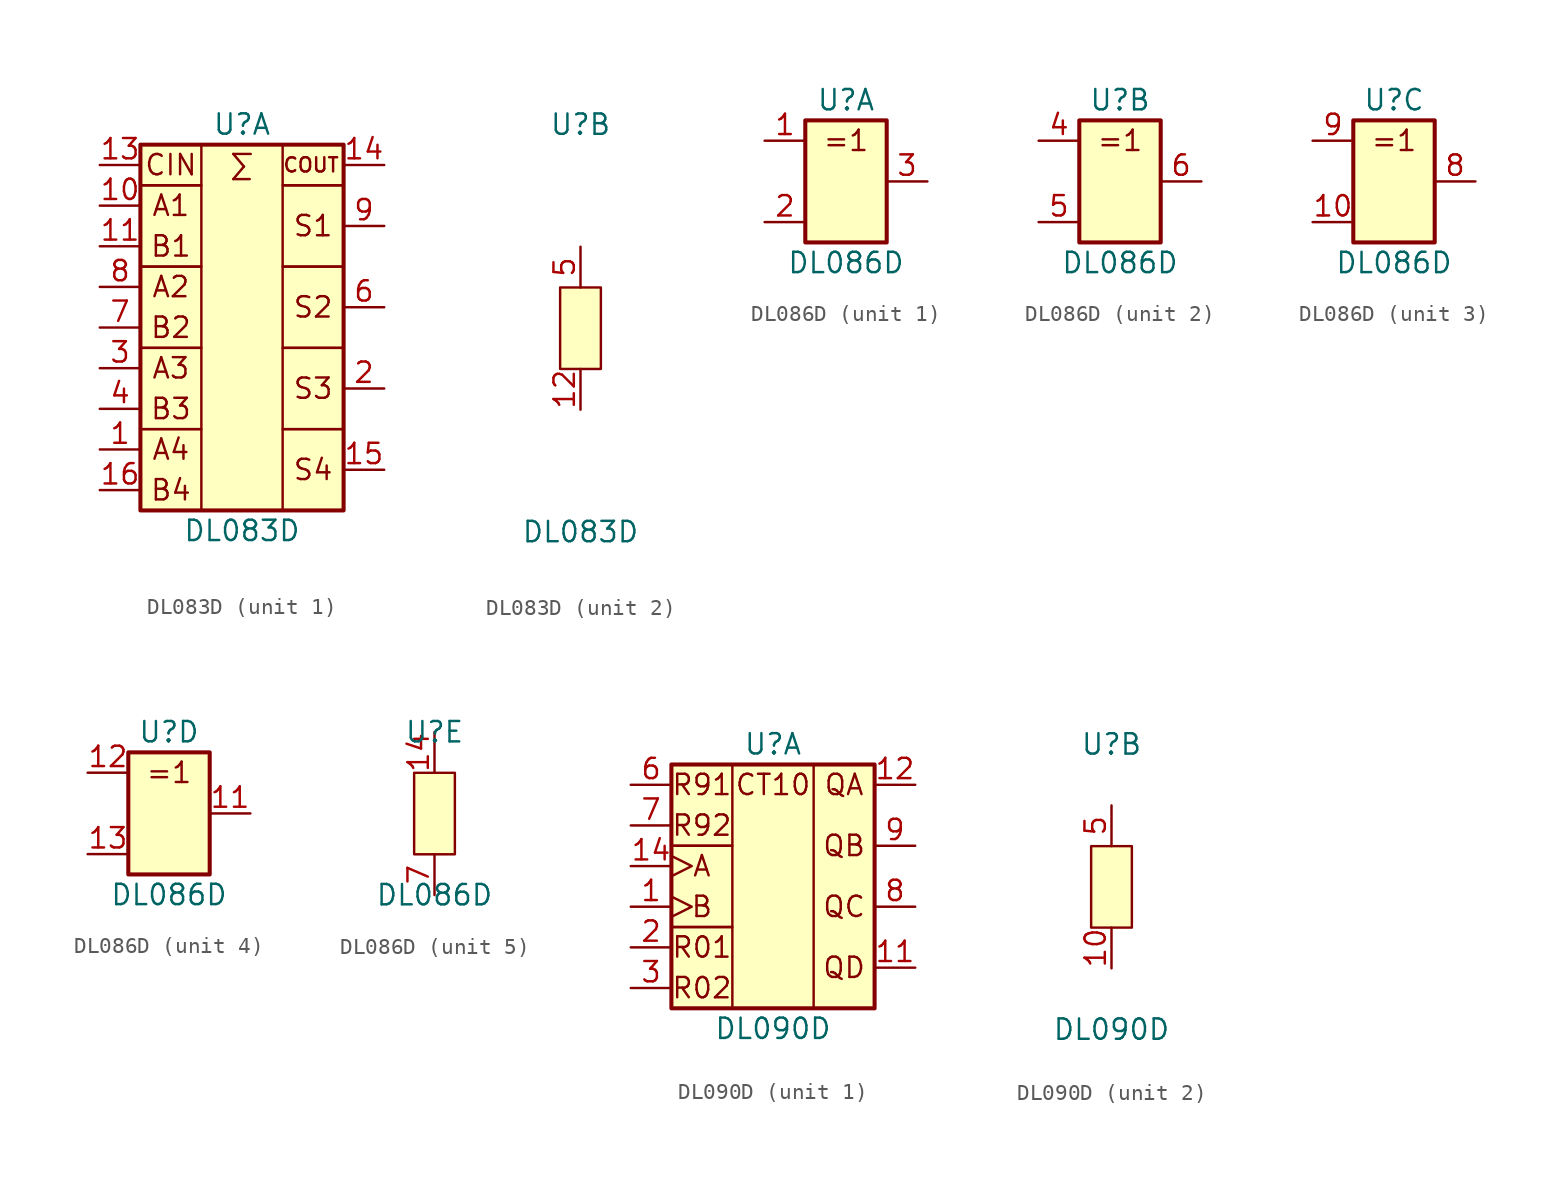
<source format=kicad_sym>
(kicad_symbol_lib
  (version 20211014)
  (generator kicad_symbol_editor)
  (symbol "DL083D"
    (pin_names
      (offset 1.016) hide)
    (property "Reference" "U"
      (at 0 12.7 0)
      (effects (font (size 1.27 1.27))))
    (property "Value" "DL083D"
      (at 0 -12.7 0)
      (effects (font (size 1.27 1.27))))
    (property "ki_locked" ""
      (at 0 0 0)
      (effects (font (size 1.27 1.27))))
    (symbol "DL083D_1_0"
      (text "A1" (at -4.445 7.62 0) (effects (font (size 1.27 1.27))))
      (text "A2" (at -4.445 2.54 0) (effects (font (size 1.27 1.27))))
      (text "A3" (at -4.445 -2.54 0) (effects (font (size 1.27 1.27))))
      (text "A4" (at -4.445 -7.62 0) (effects (font (size 1.27 1.27))))
      (text "B1" (at -4.445 5.08 0) (effects (font (size 1.27 1.27))))
      (text "B2" (at -4.445 0 0) (effects (font (size 1.27 1.27))))
      (text "B3" (at -4.445 -5.08 0) (effects (font (size 1.27 1.27))))
      (text "B4" (at -4.445 -10.16 0) (effects (font (size 1.27 1.27))))
      (text "CIN" (at -4.445 10.16 0) (effects (font (size 1.27 1.27))))
      (text "COUT" (at 4.318 10.16 0) (effects (font (size 0.889 0.889))))
      (text "S1" (at 4.445 6.35 0) (effects (font (size 1.27 1.27))))
      (text "S2" (at 4.445 1.27 0) (effects (font (size 1.27 1.27))))
      (text "S3" (at 4.445 -3.81 0) (effects (font (size 1.27 1.27))))
      (text "S4" (at 4.445 -8.89 0) (effects (font (size 1.27 1.27))))
      (text "∑" (at 0 10.16 0) (effects (font (size 1.27 1.27)))))
    (symbol "DL083D_1_1"
      (rectangle (start -6.35 -6.35) (end -2.54 -11.43) (stroke (width 0) (type default) (color 0 0 0 0)) (fill (type none)))
      (rectangle (start -6.35 -1.27) (end -2.54 -6.35) (stroke (width 0) (type default) (color 0 0 0 0)) (fill (type none)))
      (rectangle (start -6.35 3.81) (end -2.54 -1.27) (stroke (width 0) (type default) (color 0 0 0 0)) (fill (type none)))
      (rectangle (start -6.35 8.89) (end -2.54 3.81) (stroke (width 0) (type default) (color 0 0 0 0)) (fill (type none)))
      (rectangle (start -6.35 11.43) (end -2.54 8.89) (stroke (width 0) (type default) (color 0 0 0 0)) (fill (type none)))
      (rectangle (start -6.35 11.43) (end 6.35 -11.43) (stroke (width 0.254) (type default) (color 0 0 0 0)) (fill (type background)))
      (rectangle (start 2.54 -6.35) (end 6.35 -11.43) (stroke (width 0) (type default) (color 0 0 0 0)) (fill (type none)))
      (rectangle (start 2.54 -1.27) (end 6.35 -6.35) (stroke (width 0) (type default) (color 0 0 0 0)) (fill (type none)))
      (rectangle (start 2.54 3.81) (end 6.35 -1.27) (stroke (width 0) (type default) (color 0 0 0 0)) (fill (type none)))
      (rectangle (start 2.54 8.89) (end 6.35 3.81) (stroke (width 0) (type default) (color 0 0 0 0)) (fill (type none)))
      (rectangle (start 2.54 11.43) (end 6.35 8.89) (stroke (width 0) (type default) (color 0 0 0 0)) (fill (type none)))
      (pin input line (at -8.89 -7.62 0) (length 2.54) (name "A4" (effects (font (size 1.27 1.27)))) (number "1" (effects (font (size 1.27 1.27)))))
      (pin input line (at -8.89 7.62 0) (length 2.54) (name "A1" (effects (font (size 1.27 1.27)))) (number "10" (effects (font (size 1.27 1.27)))))
      (pin input line (at -8.89 5.08 0) (length 2.54) (name "B1" (effects (font (size 1.27 1.27)))) (number "11" (effects (font (size 1.27 1.27)))))
      (pin input line (at -8.89 10.16 0) (length 2.54) (name "CIN" (effects (font (size 1.27 1.27)))) (number "13" (effects (font (size 1.27 1.27)))))
      (pin output line (at 8.89 10.16 180) (length 2.54) (name "COUT" (effects (font (size 1.27 1.27)))) (number "14" (effects (font (size 1.27 1.27)))))
      (pin output line (at 8.89 -8.89 180) (length 2.54) (name "S4" (effects (font (size 1.27 1.27)))) (number "15" (effects (font (size 1.27 1.27)))))
      (pin input line (at -8.89 -10.16 0) (length 2.54) (name "B4" (effects (font (size 1.27 1.27)))) (number "16" (effects (font (size 1.27 1.27)))))
      (pin output line (at 8.89 -3.81 180) (length 2.54) (name "S3" (effects (font (size 1.27 1.27)))) (number "2" (effects (font (size 1.27 1.27)))))
      (pin input line (at -8.89 -2.54 0) (length 2.54) (name "A3" (effects (font (size 1.27 1.27)))) (number "3" (effects (font (size 1.27 1.27)))))
      (pin input line (at -8.89 -5.08 0) (length 2.54) (name "B3" (effects (font (size 1.27 1.27)))) (number "4" (effects (font (size 1.27 1.27)))))
      (pin output line (at 8.89 1.27 180) (length 2.54) (name "S2" (effects (font (size 1.27 1.27)))) (number "6" (effects (font (size 1.27 1.27)))))
      (pin input line (at -8.89 0 0) (length 2.54) (name "B2" (effects (font (size 1.27 1.27)))) (number "7" (effects (font (size 1.27 1.27)))))
      (pin input line (at -8.89 2.54 0) (length 2.54) (name "A2" (effects (font (size 1.27 1.27)))) (number "8" (effects (font (size 1.27 1.27)))))
      (pin output line (at 8.89 6.35 180) (length 2.54) (name "S1" (effects (font (size 1.27 1.27)))) (number "9" (effects (font (size 1.27 1.27))))))
    (symbol "DL083D_2_1"
      (rectangle (start -1.27 2.54) (end 1.27 -2.54) (stroke (width 0) (type default) (color 0 0 0 0)) (fill (type background)))
      (pin power_in line (at 0 -5.08 90) (length 2.54) (name "GND" (effects (font (size 1.27 1.27)))) (number "12" (effects (font (size 1.27 1.27)))))
      (pin power_in line (at 0 5.08 270) (length 2.54) (name "Vcc" (effects (font (size 1.27 1.27)))) (number "5" (effects (font (size 1.27 1.27)))))))
  (symbol "DL086D"
    (pin_names
      (offset 1.016) hide)
    (property "Reference" "U"
      (at 0 5.08 0)
      (effects (font (size 1.27 1.27))))
    (property "Value" "DL086D"
      (at 0 -5.08 0)
      (effects (font (size 1.27 1.27))))
    (property "ki_locked" ""
      (at 0 0 0)
      (effects (font (size 1.27 1.27))))
    (symbol "DL086D_1_0"
      (pin output line (at 5.08 0 180) (length 2.54) (name "Y1" (effects (font (size 1.27 1.27)))) (number "3" (effects (font (size 1.27 1.27))))))
    (symbol "DL086D_1_1"
      (rectangle (start -2.54 3.81) (end 2.54 -3.81) (stroke (width 0.254) (type default) (color 0 0 0 0)) (fill (type background)))
      (text "=1" (at 0 2.54 0) (effects (font (size 1.27 1.27))))
      (pin input line (at -5.08 2.54 0) (length 2.54) (name "A1" (effects (font (size 1.27 1.27)))) (number "1" (effects (font (size 1.27 1.27)))))
      (pin input line (at -5.08 -2.54 0) (length 2.54) (name "B1" (effects (font (size 1.27 1.27)))) (number "2" (effects (font (size 1.27 1.27))))))
    (symbol "DL086D_2_0"
      (pin input line (at -5.08 2.54 0) (length 2.54) (name "A2" (effects (font (size 1.27 1.27)))) (number "4" (effects (font (size 1.27 1.27)))))
      (pin input line (at -5.08 -2.54 0) (length 2.54) (name "B2" (effects (font (size 1.27 1.27)))) (number "5" (effects (font (size 1.27 1.27)))))
      (pin output line (at 5.08 0 180) (length 2.54) (name "Y2" (effects (font (size 1.27 1.27)))) (number "6" (effects (font (size 1.27 1.27))))))
    (symbol "DL086D_2_1"
      (rectangle (start -2.54 3.81) (end 2.54 -3.81) (stroke (width 0.254) (type default) (color 0 0 0 0)) (fill (type background)))
      (text "=1" (at 0 2.54 0) (effects (font (size 1.27 1.27)))))
    (symbol "DL086D_3_0"
      (pin output line (at 5.08 0 180) (length 2.54) (name "Y3" (effects (font (size 1.27 1.27)))) (number "8" (effects (font (size 1.27 1.27))))))
    (symbol "DL086D_3_1"
      (rectangle (start -2.54 3.81) (end 2.54 -3.81) (stroke (width 0.254) (type default) (color 0 0 0 0)) (fill (type background)))
      (text "=1" (at 0 2.54 0) (effects (font (size 1.27 1.27))))
      (pin input line (at -5.08 -2.54 0) (length 2.54) (name "B3" (effects (font (size 1.27 1.27)))) (number "10" (effects (font (size 1.27 1.27)))))
      (pin input line (at -5.08 2.54 0) (length 2.54) (name "A3" (effects (font (size 1.27 1.27)))) (number "9" (effects (font (size 1.27 1.27))))))
    (symbol "DL086D_4_0"
      (pin output line (at 5.08 0 180) (length 2.54) (name "Y4" (effects (font (size 1.27 1.27)))) (number "11" (effects (font (size 1.27 1.27))))))
    (symbol "DL086D_4_1"
      (rectangle (start -2.54 3.81) (end 2.54 -3.81) (stroke (width 0.254) (type default) (color 0 0 0 0)) (fill (type background)))
      (text "=1" (at 0 2.54 0) (effects (font (size 1.27 1.27))))
      (pin input line (at -5.08 2.54 0) (length 2.54) (name "A4" (effects (font (size 1.27 1.27)))) (number "12" (effects (font (size 1.27 1.27)))))
      (pin input line (at -5.08 -2.54 0) (length 2.54) (name "B4" (effects (font (size 1.27 1.27)))) (number "13" (effects (font (size 1.27 1.27))))))
    (symbol "DL086D_5_1"
      (rectangle (start -1.27 2.54) (end 1.27 -2.54) (stroke (width 0) (type default) (color 0 0 0 0)) (fill (type background)))
      (pin power_in line (at 0 5.08 270) (length 2.54) (name "Vcc" (effects (font (size 1.27 1.27)))) (number "14" (effects (font (size 1.27 1.27)))))
      (pin power_in line (at 0 -5.08 90) (length 2.54) (name "GND" (effects (font (size 1.27 1.27)))) (number "7" (effects (font (size 1.27 1.27)))))))
  (symbol "DL090D"
    (pin_names
      (offset 1.016) hide)
    (property "Reference" "U"
      (at 0 8.89 0)
      (effects (font (size 1.27 1.27))))
    (property "Value" "DL090D"
      (at 0 -8.89 0)
      (effects (font (size 1.27 1.27))))
    (property "ki_locked" ""
      (at 0 0 0)
      (effects (font (size 1.27 1.27))))
    (symbol "DL090D_1_0"
      (text "A" (at -4.445 1.27 0) (effects (font (size 1.27 1.27))))
      (text "B" (at -4.445 -1.27 0) (effects (font (size 1.27 1.27))))
      (text "CT10" (at 0 6.35 0) (effects (font (size 1.27 1.27))))
      (text "QA" (at 4.445 6.35 0) (effects (font (size 1.27 1.27))))
      (text "QB" (at 4.445 2.54 0) (effects (font (size 1.27 1.27))))
      (text "QC" (at 4.445 -1.27 0) (effects (font (size 1.27 1.27))))
      (text "QD" (at 4.445 -5.08 0) (effects (font (size 1.27 1.27))))
      (text "R01" (at -4.445 -3.81 0) (effects (font (size 1.27 1.27))))
      (text "R02" (at -4.445 -6.35 0) (effects (font (size 1.27 1.27))))
      (text "R91" (at -4.445 6.35 0) (effects (font (size 1.27 1.27))))
      (text "R92" (at -4.445 3.81 0) (effects (font (size 1.27 1.27)))))
    (symbol "DL090D_1_1"
      (rectangle (start -6.35 -2.54) (end -2.54 -7.62) (stroke (width 0) (type default) (color 0 0 0 0)) (fill (type none)))
      (rectangle (start -6.35 2.54) (end -2.54 -2.54) (stroke (width 0) (type default) (color 0 0 0 0)) (fill (type none)))
      (rectangle (start -6.35 7.62) (end -2.54 2.54) (stroke (width 0) (type default) (color 0 0 0 0)) (fill (type none)))
      (rectangle (start -6.35 7.62) (end 6.35 -7.62) (stroke (width 0.254) (type default) (color 0 0 0 0)) (fill (type background)))
      (rectangle (start 2.54 7.62) (end 6.35 -7.62) (stroke (width 0) (type default) (color 0 0 0 0)) (fill (type none)))
      (pin input clock (at -8.89 -1.27 0) (length 2.54) (name "B" (effects (font (size 1.27 1.27)))) (number "1" (effects (font (size 1.27 1.27)))))
      (pin output line (at 8.89 -5.08 180) (length 2.54) (name "QD" (effects (font (size 1.27 1.27)))) (number "11" (effects (font (size 1.27 1.27)))))
      (pin output line (at 8.89 6.35 180) (length 2.54) (name "QA" (effects (font (size 1.27 1.27)))) (number "12" (effects (font (size 1.27 1.27)))))
      (pin no_connect line (at 6.35 -6.35 180) (length 0) hide (name "n.c." (effects (font (size 1.27 1.27)))) (number "13" (effects (font (size 1.27 1.27)))))
      (pin input clock (at -8.89 1.27 0) (length 2.54) (name "A" (effects (font (size 1.27 1.27)))) (number "14" (effects (font (size 1.27 1.27)))))
      (pin input line (at -8.89 -3.81 0) (length 2.54) (name "R01" (effects (font (size 1.27 1.27)))) (number "2" (effects (font (size 1.27 1.27)))))
      (pin input line (at -8.89 -6.35 0) (length 2.54) (name "R02" (effects (font (size 1.27 1.27)))) (number "3" (effects (font (size 1.27 1.27)))))
      (pin no_connect line (at 6.35 -2.54 180) (length 0) hide (name "n.c." (effects (font (size 1.27 1.27)))) (number "4" (effects (font (size 1.27 1.27)))))
      (pin input line (at -8.89 6.35 0) (length 2.54) (name "R91" (effects (font (size 1.27 1.27)))) (number "6" (effects (font (size 1.27 1.27)))))
      (pin input line (at -8.89 3.81 0) (length 2.54) (name "R92" (effects (font (size 1.27 1.27)))) (number "7" (effects (font (size 1.27 1.27)))))
      (pin output line (at 8.89 -1.27 180) (length 2.54) (name "QC" (effects (font (size 1.27 1.27)))) (number "8" (effects (font (size 1.27 1.27)))))
      (pin output line (at 8.89 2.54 180) (length 2.54) (name "QB" (effects (font (size 1.27 1.27)))) (number "9" (effects (font (size 1.27 1.27))))))
    (symbol "DL090D_2_1"
      (rectangle (start -1.27 2.54) (end 1.27 -2.54) (stroke (width 0) (type default) (color 0 0 0 0)) (fill (type background)))
      (pin power_in line (at 0 -5.08 90) (length 2.54) (name "GND" (effects (font (size 1.27 1.27)))) (number "10" (effects (font (size 1.27 1.27)))))
      (pin power_in line (at 0 5.08 270) (length 2.54) (name "Vcc" (effects (font (size 1.27 1.27)))) (number "5" (effects (font (size 1.27 1.27))))))))
</source>
